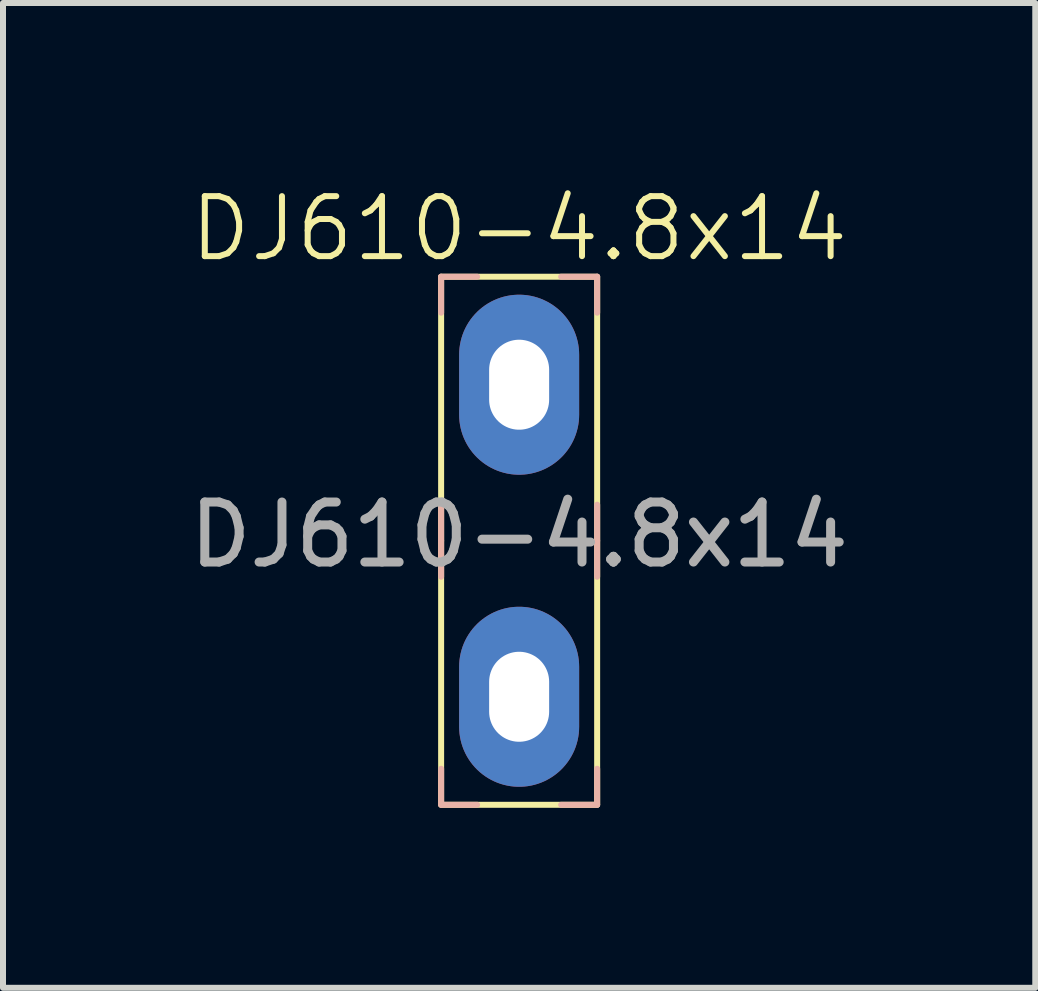
<source format=kicad_pcb>
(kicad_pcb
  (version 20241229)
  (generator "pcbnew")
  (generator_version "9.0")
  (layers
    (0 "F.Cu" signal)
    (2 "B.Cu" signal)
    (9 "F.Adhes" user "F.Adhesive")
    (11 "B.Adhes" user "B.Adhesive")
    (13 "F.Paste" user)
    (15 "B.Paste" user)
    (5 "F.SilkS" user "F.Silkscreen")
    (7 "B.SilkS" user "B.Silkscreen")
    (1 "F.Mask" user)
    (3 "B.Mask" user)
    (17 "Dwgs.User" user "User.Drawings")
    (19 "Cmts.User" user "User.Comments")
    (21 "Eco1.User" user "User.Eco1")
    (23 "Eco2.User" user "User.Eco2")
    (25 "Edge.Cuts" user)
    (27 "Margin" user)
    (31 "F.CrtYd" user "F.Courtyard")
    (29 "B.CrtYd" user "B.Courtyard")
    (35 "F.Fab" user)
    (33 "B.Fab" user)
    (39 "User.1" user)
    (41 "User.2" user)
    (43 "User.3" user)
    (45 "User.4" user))
  (footprint "DJ610-4.8x14"
    (layer "F.Cu")
    (at 5.601 3.361)
    (property "Reference" "DJ610-4.8x14" (at 0 -2.6 0) (unlocked yes) (layer "F.SilkS") (effects (font (size 1 1) (thickness 0.1))))
    (attr through_hole)
    (fp_rect (start -1.3 -1.8) (end 1.3 7) (stroke (width 0.1) (type default)) (fill no) (layer "F.SilkS"))
    (fp_line (start -1.3 -1.8) (end -1.3 -1.2) (stroke (width 0.1) (type default)) (layer "B.SilkS"))
    (fp_line (start -1.3 -1.8) (end -0.7 -1.8) (stroke (width 0.1) (type default)) (layer "B.SilkS"))
    (fp_line (start -1.3 2.6) (end -1.3 2) (stroke (width 0.1) (type default)) (layer "B.SilkS"))
    (fp_line (start -1.3 2.6) (end -1.3 3.2) (stroke (width 0.1) (type default)) (layer "B.SilkS"))
    (fp_line (start -1.3 7) (end -1.3 6.4) (stroke (width 0.1) (type default)) (layer "B.SilkS"))
    (fp_line (start -1.3 7) (end -0.7 7) (stroke (width 0.1) (type default)) (layer "B.SilkS"))
    (fp_line (start 1.3 -1.8) (end 0.7 -1.8) (stroke (width 0.1) (type default)) (layer "B.SilkS"))
    (fp_line (start 1.3 -1.8) (end 1.3 -1.2) (stroke (width 0.1) (type default)) (layer "B.SilkS"))
    (fp_line (start 1.3 2.6) (end 1.3 2) (stroke (width 0.1) (type default)) (layer "B.SilkS"))
    (fp_line (start 1.3 2.6) (end 1.3 3.2) (stroke (width 0.1) (type default)) (layer "B.SilkS"))
    (fp_line (start 1.3 7) (end 0.7 7) (stroke (width 0.1) (type default)) (layer "B.SilkS"))
    (fp_line (start 1.3 7) (end 1.3 6.4) (stroke (width 0.1) (type default)) (layer "B.SilkS"))
    (fp_text user "${REFERENCE}" (at 0 2.5 0) (unlocked yes) (layer "F.Fab") (effects (font (size 1 1) (thickness 0.15))))
    (pad "1" thru_hole oval (at 0 0) (size 2 3) (drill oval 1 1.5) (layers "*.Cu" "*.Mask"))
    (pad "1" thru_hole oval (at 0 5.2) (size 2 3) (drill oval 1 1.5) (layers "*.Cu" "*.Mask")))
  (gr_rect
    (start -3 -3)
    (end 14.202 13.411)
    (stroke (width 0.1) (type default))
    (fill no)
    (layer "Edge.Cuts")))
</source>
